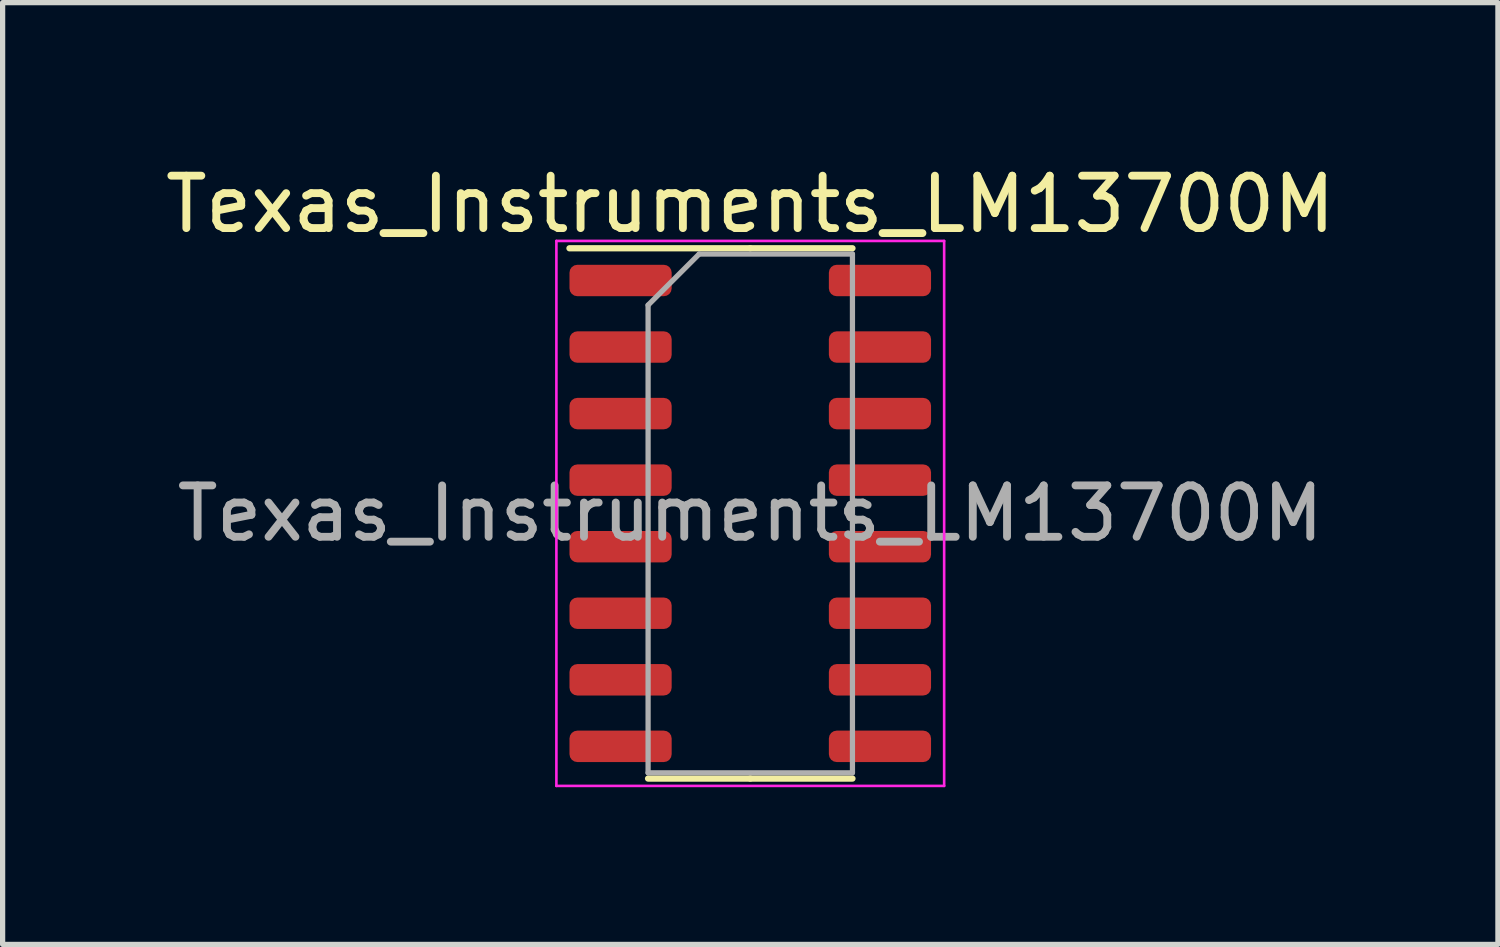
<source format=kicad_pcb>
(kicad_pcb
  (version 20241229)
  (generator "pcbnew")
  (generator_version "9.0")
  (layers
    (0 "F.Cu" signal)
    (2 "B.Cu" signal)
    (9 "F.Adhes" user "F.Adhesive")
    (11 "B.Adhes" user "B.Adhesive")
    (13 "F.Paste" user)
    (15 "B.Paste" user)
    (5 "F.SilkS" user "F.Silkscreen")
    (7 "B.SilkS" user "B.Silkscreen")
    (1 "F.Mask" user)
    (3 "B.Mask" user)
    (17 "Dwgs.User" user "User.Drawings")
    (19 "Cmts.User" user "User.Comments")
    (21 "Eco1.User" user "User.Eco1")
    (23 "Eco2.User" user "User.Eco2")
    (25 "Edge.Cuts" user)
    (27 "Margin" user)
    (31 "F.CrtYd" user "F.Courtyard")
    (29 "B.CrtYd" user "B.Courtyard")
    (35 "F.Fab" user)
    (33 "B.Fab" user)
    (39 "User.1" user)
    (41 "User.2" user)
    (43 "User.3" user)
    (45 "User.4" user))
  (footprint "Texas_Instruments_LM13700M"
    (layer "F.Cu")
    (at 11.268 6.748)
    (property "Reference" "Texas_Instruments_LM13700M" (at 0 -5.9 0) (layer "F.SilkS") (effects (font (size 1 1) (thickness 0.15))))
    (attr smd)
    (fp_line (start 0 -5.06) (end -3.45 -5.06) (stroke (width 0.12) (type solid)) (layer "F.SilkS"))
    (fp_line (start 0 -5.06) (end 1.95 -5.06) (stroke (width 0.12) (type solid)) (layer "F.SilkS"))
    (fp_line (start 0 5.06) (end -1.95 5.06) (stroke (width 0.12) (type solid)) (layer "F.SilkS"))
    (fp_line (start 0 5.06) (end 1.95 5.06) (stroke (width 0.12) (type solid)) (layer "F.SilkS"))
    (fp_line (start -3.7 -5.2) (end -3.7 5.2) (stroke (width 0.05) (type solid)) (layer "F.CrtYd"))
    (fp_line (start -3.7 5.2) (end 3.7 5.2) (stroke (width 0.05) (type solid)) (layer "F.CrtYd"))
    (fp_line (start 3.7 -5.2) (end -3.7 -5.2) (stroke (width 0.05) (type solid)) (layer "F.CrtYd"))
    (fp_line (start 3.7 5.2) (end 3.7 -5.2) (stroke (width 0.05) (type solid)) (layer "F.CrtYd"))
    (fp_line (start -1.95 -3.975) (end -0.975 -4.95) (stroke (width 0.1) (type solid)) (layer "F.Fab"))
    (fp_line (start -1.95 4.95) (end -1.95 -3.975) (stroke (width 0.1) (type solid)) (layer "F.Fab"))
    (fp_line (start -0.975 -4.95) (end 1.95 -4.95) (stroke (width 0.1) (type solid)) (layer "F.Fab"))
    (fp_line (start 1.95 -4.95) (end 1.95 4.95) (stroke (width 0.1) (type solid)) (layer "F.Fab"))
    (fp_line (start 1.95 4.95) (end -1.95 4.95) (stroke (width 0.1) (type solid)) (layer "F.Fab"))
    (fp_text user "${REFERENCE}" (at 0 0 0) (layer "F.Fab") (effects (font (size 0.98 0.98) (thickness 0.15))))
    (pad "1" smd roundrect (at -2.475 -4.445) (size 1.95 0.6) (layers "F.Cu" "F.Mask" "F.Paste") (roundrect_rratio 0.25))
    (pad "2" smd roundrect (at -2.475 -3.175) (size 1.95 0.6) (layers "F.Cu" "F.Mask" "F.Paste") (roundrect_rratio 0.25))
    (pad "3" smd roundrect (at -2.475 -1.905) (size 1.95 0.6) (layers "F.Cu" "F.Mask" "F.Paste") (roundrect_rratio 0.25))
    (pad "4" smd roundrect (at -2.475 -0.635) (size 1.95 0.6) (layers "F.Cu" "F.Mask" "F.Paste") (roundrect_rratio 0.25))
    (pad "5" smd roundrect (at -2.475 0.635) (size 1.95 0.6) (layers "F.Cu" "F.Mask" "F.Paste") (roundrect_rratio 0.25))
    (pad "6" smd roundrect (at -2.475 1.905) (size 1.95 0.6) (layers "F.Cu" "F.Mask" "F.Paste") (roundrect_rratio 0.25))
    (pad "7" smd roundrect (at -2.475 3.175) (size 1.95 0.6) (layers "F.Cu" "F.Mask" "F.Paste") (roundrect_rratio 0.25))
    (pad "8" smd roundrect (at -2.475 4.445) (size 1.95 0.6) (layers "F.Cu" "F.Mask" "F.Paste") (roundrect_rratio 0.25))
    (pad "9" smd roundrect (at 2.475 4.445) (size 1.95 0.6) (layers "F.Cu" "F.Mask" "F.Paste") (roundrect_rratio 0.25))
    (pad "10" smd roundrect (at 2.475 3.175) (size 1.95 0.6) (layers "F.Cu" "F.Mask" "F.Paste") (roundrect_rratio 0.25))
    (pad "11" smd roundrect (at 2.475 1.905) (size 1.95 0.6) (layers "F.Cu" "F.Mask" "F.Paste") (roundrect_rratio 0.25))
    (pad "12" smd roundrect (at 2.475 0.635) (size 1.95 0.6) (layers "F.Cu" "F.Mask" "F.Paste") (roundrect_rratio 0.25))
    (pad "13" smd roundrect (at 2.475 -0.635) (size 1.95 0.6) (layers "F.Cu" "F.Mask" "F.Paste") (roundrect_rratio 0.25))
    (pad "14" smd roundrect (at 2.475 -1.905) (size 1.95 0.6) (layers "F.Cu" "F.Mask" "F.Paste") (roundrect_rratio 0.25))
    (pad "15" smd roundrect (at 2.475 -3.175) (size 1.95 0.6) (layers "F.Cu" "F.Mask" "F.Paste") (roundrect_rratio 0.25))
    (pad "16" smd roundrect (at 2.475 -4.445) (size 1.95 0.6) (layers "F.Cu" "F.Mask" "F.Paste") (roundrect_rratio 0.25)))
  (gr_rect
    (start -3 -3)
    (end 25.536 14.973)
    (stroke (width 0.1) (type default))
    (fill no)
    (layer "Edge.Cuts")))
</source>
